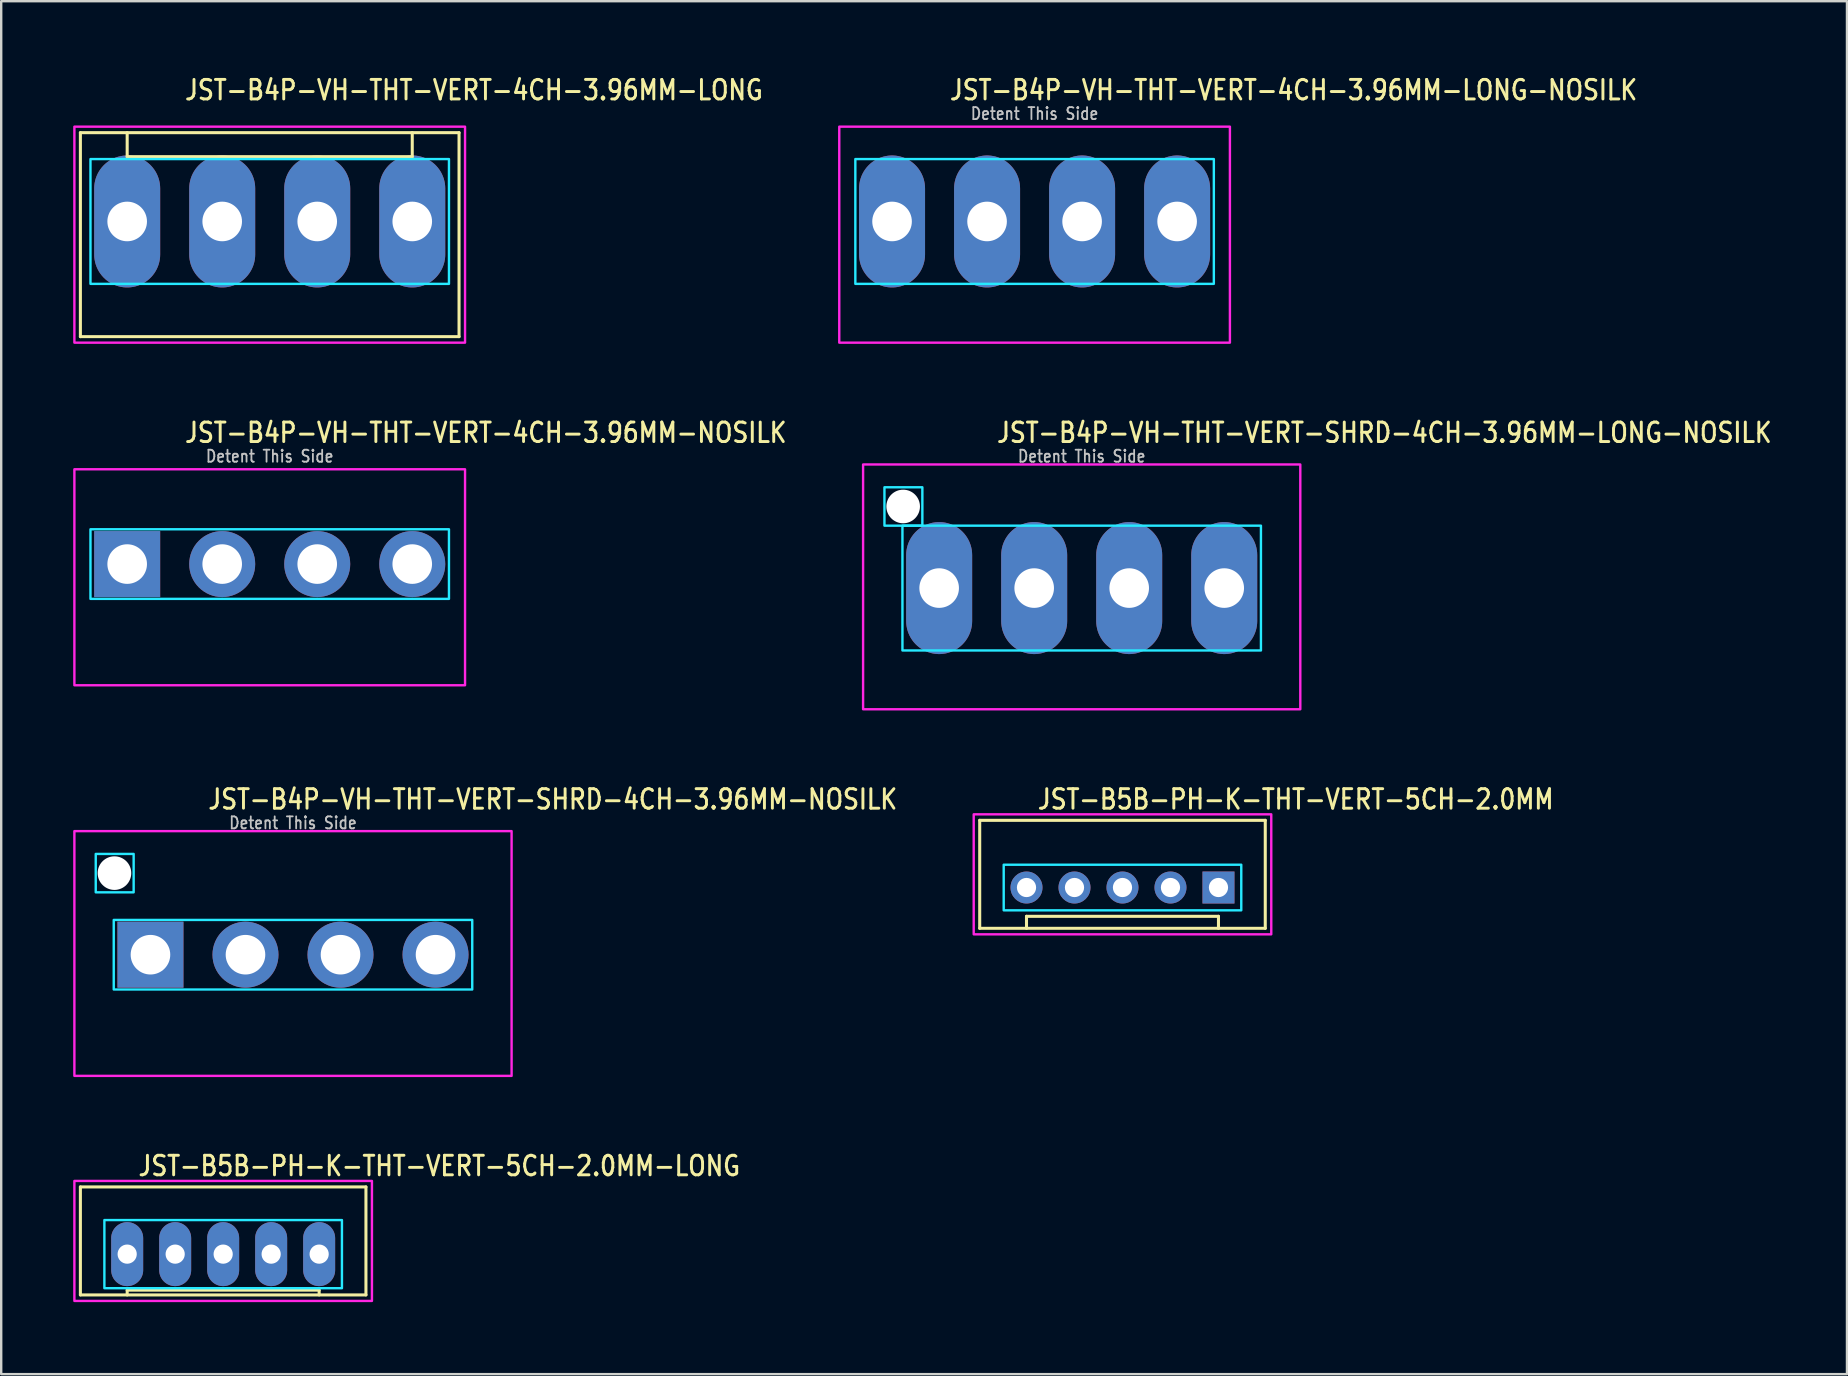
<source format=kicad_pcb>
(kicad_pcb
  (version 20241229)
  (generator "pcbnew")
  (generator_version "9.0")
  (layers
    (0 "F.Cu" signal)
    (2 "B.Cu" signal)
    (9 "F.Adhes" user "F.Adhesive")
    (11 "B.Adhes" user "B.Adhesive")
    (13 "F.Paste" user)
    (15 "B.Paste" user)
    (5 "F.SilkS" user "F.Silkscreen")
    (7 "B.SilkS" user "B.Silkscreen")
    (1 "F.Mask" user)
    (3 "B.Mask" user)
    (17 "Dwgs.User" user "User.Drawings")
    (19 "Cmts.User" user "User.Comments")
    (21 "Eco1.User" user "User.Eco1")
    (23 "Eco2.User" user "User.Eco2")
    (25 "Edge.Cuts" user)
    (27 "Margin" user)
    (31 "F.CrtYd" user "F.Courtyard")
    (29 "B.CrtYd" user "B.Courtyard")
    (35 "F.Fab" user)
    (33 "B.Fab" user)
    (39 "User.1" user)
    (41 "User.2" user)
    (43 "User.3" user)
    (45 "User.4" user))
  (footprint "JST-B4P-VH-THT-VERT-SHRD-4CH-3.96MM-NOSILK"
    (layer "F.Cu")
    (at 9.16 36.736)
    (property "Reference" "JST-B4P-VH-THT-VERT-SHRD-4CH-3.96MM-NOSILK" (at -3.6 -6 0) (unlocked yes) (layer "F.SilkS") (effects (font (size 0.813 0.695) (thickness 0.122)) (justify left bottom)))
    (fp_poly (pts (xy -7.47 -1.45) (xy -7.47 1.45) (xy 7.47 1.45) (xy 7.47 -1.45)) (stroke (width 0.1) (type solid)) (fill no) (layer "B.CrtYd"))
    (fp_poly (pts (xy -6.64 -4.2) (xy -6.64 -2.6) (xy -8.22 -2.6) (xy -8.22 -4.2)) (stroke (width 0.1) (type solid)) (fill no) (layer "B.CrtYd"))
    (fp_poly (pts (xy -9.11 -5.15) (xy -9.11 5.05) (xy 9.11 5.05) (xy 9.11 -5.15)) (stroke (width 0.1) (type solid)) (fill no) (layer "F.CrtYd"))
    (fp_text user "Detent This Side" (at 0 -5.2 0) (unlocked yes) (layer "Dwgs.User") (effects (font (size 0.5 0.427) (thickness 0.075)) (justify bottom)))
    (pad "" np_thru_hole circle (at -7.44 -3.4) (size 1.4 1.4) (drill 1.4) (layers "*.Cu" "*.Mask"))
    (pad "P$1" thru_hole rect (at -5.94 0) (size 2.75 2.75) (drill 1.65) (layers "*.Cu" "*.Mask"))
    (pad "P$2" thru_hole oval (at -1.98 0) (size 2.75 2.75) (drill 1.65) (layers "*.Cu" "*.Mask"))
    (pad "P$3" thru_hole oval (at 1.98 0) (size 2.75 2.75) (drill 1.65) (layers "*.Cu" "*.Mask"))
    (pad "P$4" thru_hole oval (at 5.94 0) (size 2.75 2.75) (drill 1.65) (layers "*.Cu" "*.Mask")))
  (footprint "JST-B5B-PH-K-THT-VERT-5CH-2.0MM"
    (layer "F.Cu")
    (at 43.728 33.936)
    (property "Reference" "JST-B5B-PH-K-THT-VERT-5CH-2.0MM" (at -3.6 -3.2 0) (unlocked yes) (layer "F.SilkS") (effects (font (size 0.813 0.695) (thickness 0.122)) (justify left bottom)))
    (fp_line (start -5.95 -2.8) (end -5.95 1.7) (stroke (width 0.127) (type solid)) (layer "F.SilkS"))
    (fp_line (start -5.95 -2.8) (end 5.95 -2.8) (stroke (width 0.127) (type solid)) (layer "F.SilkS"))
    (fp_line (start -5.95 1.7) (end 5.95 1.7) (stroke (width 0.127) (type solid)) (layer "F.SilkS"))
    (fp_line (start -4 1.7) (end -4 1.2) (stroke (width 0.127) (type solid)) (layer "F.SilkS"))
    (fp_line (start 4 1.2) (end -4 1.2) (stroke (width 0.127) (type solid)) (layer "F.SilkS"))
    (fp_line (start 4 1.7) (end 4 1.2) (stroke (width 0.127) (type solid)) (layer "F.SilkS"))
    (fp_line (start 5.95 1.7) (end 5.95 -2.8) (stroke (width 0.127) (type solid)) (layer "F.SilkS"))
    (fp_poly (pts (xy -4.95 -0.95) (xy -4.95 0.95) (xy 4.95 0.95) (xy 4.95 -0.95)) (stroke (width 0.1) (type solid)) (fill no) (layer "B.CrtYd"))
    (fp_poly (pts (xy -6.2 1.95) (xy -6.2 -3.05) (xy 6.2 -3.05) (xy 6.2 1.95)) (stroke (width 0.1) (type solid)) (fill no) (layer "F.CrtYd"))
    (pad "P$1" thru_hole rect (at 4 0) (size 1.333 1.333) (drill 0.8) (layers "*.Cu" "*.Mask"))
    (pad "P$2" thru_hole oval (at 2 0) (size 1.333 1.333) (drill 0.8) (layers "*.Cu" "*.Mask"))
    (pad "P$3" thru_hole oval (at 0 0) (size 1.333 1.333) (drill 0.8) (layers "*.Cu" "*.Mask"))
    (pad "P$4" thru_hole oval (at -2 0) (size 1.333 1.333) (drill 0.8) (layers "*.Cu" "*.Mask"))
    (pad "P$5" thru_hole oval (at -4 0) (size 1.333 1.333) (drill 0.8) (layers "*.Cu" "*.Mask")))
  (footprint "JST-B4P-VH-THT-VERT-SHRD-4CH-3.96MM-LONG-NOSILK"
    (layer "F.Cu")
    (at 42.028 21.457)
    (property "Reference" "JST-B4P-VH-THT-VERT-SHRD-4CH-3.96MM-LONG-NOSILK" (at -3.6 -6 0) (unlocked yes) (layer "F.SilkS") (effects (font (size 0.813 0.695) (thickness 0.122)) (justify left bottom)))
    (fp_poly (pts (xy -7.47 -2.6) (xy -7.47 2.6) (xy 7.47 2.6) (xy 7.47 -2.6)) (stroke (width 0.1) (type solid)) (fill no) (layer "B.CrtYd"))
    (fp_poly (pts (xy -6.64 -4.2) (xy -6.64 -2.6) (xy -8.22 -2.6) (xy -8.22 -4.2)) (stroke (width 0.1) (type solid)) (fill no) (layer "B.CrtYd"))
    (fp_poly (pts (xy -9.11 -5.15) (xy -9.11 5.05) (xy 9.11 5.05) (xy 9.11 -5.15)) (stroke (width 0.1) (type solid)) (fill no) (layer "F.CrtYd"))
    (fp_text user "Detent This Side" (at 0 -5.2 0) (unlocked yes) (layer "Dwgs.User") (effects (font (size 0.5 0.427) (thickness 0.075)) (justify bottom)))
    (pad "" np_thru_hole circle (at -7.44 -3.4) (size 1.4 1.4) (drill 1.4) (layers "*.Cu" "*.Mask"))
    (pad "P$1" thru_hole oval (at -5.94 0 90) (size 5.5 2.75) (drill 1.65) (layers "*.Cu" "*.Mask"))
    (pad "P$2" thru_hole oval (at -1.98 0 90) (size 5.5 2.75) (drill 1.65) (layers "*.Cu" "*.Mask"))
    (pad "P$3" thru_hole oval (at 1.98 0 90) (size 5.5 2.75) (drill 1.65) (layers "*.Cu" "*.Mask"))
    (pad "P$4" thru_hole oval (at 5.94 0 90) (size 5.5 2.75) (drill 1.65) (layers "*.Cu" "*.Mask")))
  (footprint "JST-B4P-VH-THT-VERT-4CH-3.96MM-LONG"
    (layer "F.Cu")
    (at 8.19 6.179)
    (property "Reference" "JST-B4P-VH-THT-VERT-4CH-3.96MM-LONG" (at -3.6 -5 0) (unlocked yes) (layer "F.SilkS") (effects (font (size 0.813 0.695) (thickness 0.122)) (justify left bottom)))
    (fp_line (start -7.89 -3.7) (end 7.89 -3.7) (stroke (width 0.127) (type solid)) (layer "F.SilkS"))
    (fp_line (start -7.89 4.8) (end -7.89 -3.7) (stroke (width 0.127) (type solid)) (layer "F.SilkS"))
    (fp_line (start -7.89 4.8) (end 7.89 4.8) (stroke (width 0.127) (type solid)) (layer "F.SilkS"))
    (fp_line (start -5.94 -3.7) (end -5.94 -2.7) (stroke (width 0.127) (type solid)) (layer "F.SilkS"))
    (fp_line (start -5.94 -2.7) (end 5.94 -2.7) (stroke (width 0.127) (type solid)) (layer "F.SilkS"))
    (fp_line (start 5.94 -3.7) (end 5.94 -2.7) (stroke (width 0.127) (type solid)) (layer "F.SilkS"))
    (fp_line (start 7.89 -3.7) (end 7.89 4.8) (stroke (width 0.127) (type solid)) (layer "F.SilkS"))
    (fp_poly (pts (xy -7.47 -2.6) (xy -7.47 2.6) (xy 7.47 2.6) (xy 7.47 -2.6)) (stroke (width 0.1) (type solid)) (fill no) (layer "B.CrtYd"))
    (fp_poly (pts (xy -8.14 -3.95) (xy -8.14 5.05) (xy 8.14 5.05) (xy 8.14 -3.95)) (stroke (width 0.1) (type solid)) (fill no) (layer "F.CrtYd"))
    (pad "P$1" thru_hole oval (at -5.94 0 90) (size 5.5 2.75) (drill 1.65) (layers "*.Cu" "*.Mask"))
    (pad "P$2" thru_hole oval (at -1.98 0 90) (size 5.5 2.75) (drill 1.65) (layers "*.Cu" "*.Mask"))
    (pad "P$3" thru_hole oval (at 1.98 0 90) (size 5.5 2.75) (drill 1.65) (layers "*.Cu" "*.Mask"))
    (pad "P$4" thru_hole oval (at 5.94 0 90) (size 5.5 2.75) (drill 1.65) (layers "*.Cu" "*.Mask")))
  (footprint "JST-B4P-VH-THT-VERT-4CH-3.96MM-NOSILK"
    (layer "F.Cu")
    (at 8.19 20.457)
    (property "Reference" "JST-B4P-VH-THT-VERT-4CH-3.96MM-NOSILK" (at -3.6 -5 0) (unlocked yes) (layer "F.SilkS") (effects (font (size 0.813 0.695) (thickness 0.122)) (justify left bottom)))
    (fp_poly (pts (xy -7.47 -1.45) (xy -7.47 1.45) (xy 7.47 1.45) (xy 7.47 -1.45)) (stroke (width 0.1) (type solid)) (fill no) (layer "B.CrtYd"))
    (fp_poly (pts (xy -8.14 -3.95) (xy -8.14 5.05) (xy 8.14 5.05) (xy 8.14 -3.95)) (stroke (width 0.1) (type solid)) (fill no) (layer "F.CrtYd"))
    (fp_text user "Detent This Side" (at 0 -4.2 0) (unlocked yes) (layer "Dwgs.User") (effects (font (size 0.5 0.427) (thickness 0.075)) (justify bottom)))
    (pad "P$1" thru_hole rect (at -5.94 0) (size 2.75 2.75) (drill 1.65) (layers "*.Cu" "*.Mask"))
    (pad "P$2" thru_hole oval (at -1.98 0) (size 2.75 2.75) (drill 1.65) (layers "*.Cu" "*.Mask"))
    (pad "P$3" thru_hole oval (at 1.98 0) (size 2.75 2.75) (drill 1.65) (layers "*.Cu" "*.Mask"))
    (pad "P$4" thru_hole oval (at 5.94 0) (size 2.75 2.75) (drill 1.65) (layers "*.Cu" "*.Mask")))
  (footprint "JST-B5B-PH-K-THT-VERT-5CH-2.0MM-LONG"
    (layer "F.Cu")
    (at 6.25 49.214)
    (property "Reference" "JST-B5B-PH-K-THT-VERT-5CH-2.0MM-LONG" (at -3.6 -3.2 0) (unlocked yes) (layer "F.SilkS") (effects (font (size 0.813 0.695) (thickness 0.122)) (justify left bottom)))
    (fp_line (start -5.95 -2.8) (end -5.95 1.7) (stroke (width 0.127) (type solid)) (layer "F.SilkS"))
    (fp_line (start -5.95 -2.8) (end 5.95 -2.8) (stroke (width 0.127) (type solid)) (layer "F.SilkS"))
    (fp_line (start -5.95 1.7) (end 5.95 1.7) (stroke (width 0.127) (type solid)) (layer "F.SilkS"))
    (fp_line (start -4 1.7) (end -4 1.5) (stroke (width 0.127) (type solid)) (layer "F.SilkS"))
    (fp_line (start 4 1.5) (end -4 1.5) (stroke (width 0.127) (type solid)) (layer "F.SilkS"))
    (fp_line (start 4 1.7) (end 4 1.5) (stroke (width 0.127) (type solid)) (layer "F.SilkS"))
    (fp_line (start 5.95 1.7) (end 5.95 -2.8) (stroke (width 0.127) (type solid)) (layer "F.SilkS"))
    (fp_poly (pts (xy -4.95 -1.42) (xy -4.95 1.42) (xy 4.95 1.42) (xy 4.95 -1.42)) (stroke (width 0.1) (type solid)) (fill no) (layer "B.CrtYd"))
    (fp_poly (pts (xy -6.2 1.95) (xy -6.2 -3.05) (xy 6.2 -3.05) (xy 6.2 1.95)) (stroke (width 0.1) (type solid)) (fill no) (layer "F.CrtYd"))
    (pad "P$1" thru_hole oval (at 4 0 90) (size 2.667 1.333) (drill 0.8) (layers "*.Cu" "*.Mask"))
    (pad "P$2" thru_hole oval (at 2 0 90) (size 2.667 1.333) (drill 0.8) (layers "*.Cu" "*.Mask"))
    (pad "P$3" thru_hole oval (at 0 0 90) (size 2.667 1.333) (drill 0.8) (layers "*.Cu" "*.Mask"))
    (pad "P$4" thru_hole oval (at -2 0 90) (size 2.667 1.333) (drill 0.8) (layers "*.Cu" "*.Mask"))
    (pad "P$5" thru_hole oval (at -4 0 90) (size 2.667 1.333) (drill 0.8) (layers "*.Cu" "*.Mask")))
  (footprint "JST-B4P-VH-THT-VERT-4CH-3.96MM-LONG-NOSILK"
    (layer "F.Cu")
    (at 40.065 6.179)
    (property "Reference" "JST-B4P-VH-THT-VERT-4CH-3.96MM-LONG-NOSILK" (at -3.6 -5 0) (unlocked yes) (layer "F.SilkS") (effects (font (size 0.813 0.695) (thickness 0.122)) (justify left bottom)))
    (fp_poly (pts (xy -7.47 -2.6) (xy -7.47 2.6) (xy 7.47 2.6) (xy 7.47 -2.6)) (stroke (width 0.1) (type solid)) (fill no) (layer "B.CrtYd"))
    (fp_poly (pts (xy -8.14 -3.95) (xy -8.14 5.05) (xy 8.14 5.05) (xy 8.14 -3.95)) (stroke (width 0.1) (type solid)) (fill no) (layer "F.CrtYd"))
    (fp_text user "Detent This Side" (at 0 -4.2 0) (unlocked yes) (layer "Dwgs.User") (effects (font (size 0.5 0.427) (thickness 0.075)) (justify bottom)))
    (pad "P$1" thru_hole oval (at -5.94 0 90) (size 5.5 2.75) (drill 1.65) (layers "*.Cu" "*.Mask"))
    (pad "P$2" thru_hole oval (at -1.98 0 90) (size 5.5 2.75) (drill 1.65) (layers "*.Cu" "*.Mask"))
    (pad "P$3" thru_hole oval (at 1.98 0 90) (size 5.5 2.75) (drill 1.65) (layers "*.Cu" "*.Mask"))
    (pad "P$4" thru_hole oval (at 5.94 0 90) (size 5.5 2.75) (drill 1.65) (layers "*.Cu" "*.Mask")))
  (gr_rect
    (start -3 -3)
    (end 73.92 54.214)
    (stroke (width 0.1) (type default))
    (fill no)
    (layer "Edge.Cuts")))
</source>
